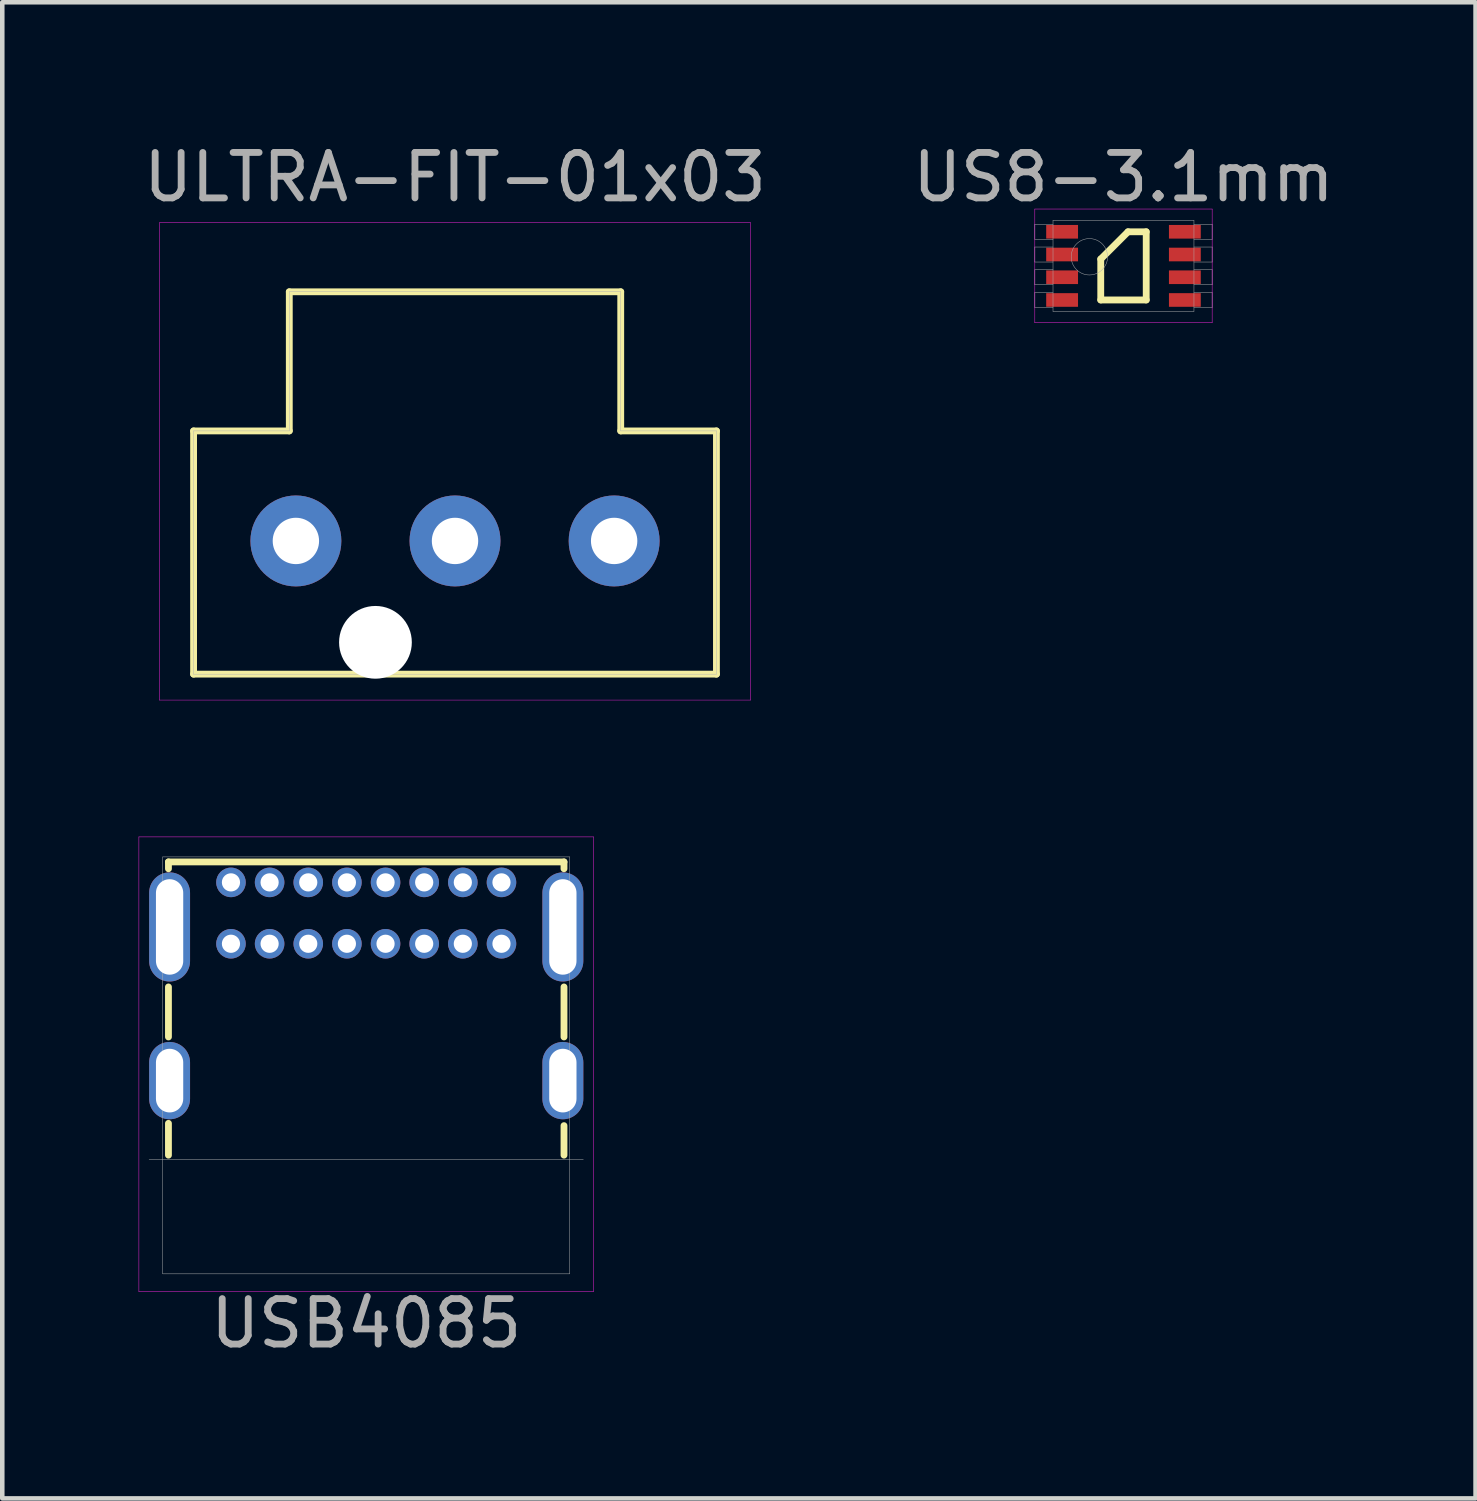
<source format=kicad_pcb>
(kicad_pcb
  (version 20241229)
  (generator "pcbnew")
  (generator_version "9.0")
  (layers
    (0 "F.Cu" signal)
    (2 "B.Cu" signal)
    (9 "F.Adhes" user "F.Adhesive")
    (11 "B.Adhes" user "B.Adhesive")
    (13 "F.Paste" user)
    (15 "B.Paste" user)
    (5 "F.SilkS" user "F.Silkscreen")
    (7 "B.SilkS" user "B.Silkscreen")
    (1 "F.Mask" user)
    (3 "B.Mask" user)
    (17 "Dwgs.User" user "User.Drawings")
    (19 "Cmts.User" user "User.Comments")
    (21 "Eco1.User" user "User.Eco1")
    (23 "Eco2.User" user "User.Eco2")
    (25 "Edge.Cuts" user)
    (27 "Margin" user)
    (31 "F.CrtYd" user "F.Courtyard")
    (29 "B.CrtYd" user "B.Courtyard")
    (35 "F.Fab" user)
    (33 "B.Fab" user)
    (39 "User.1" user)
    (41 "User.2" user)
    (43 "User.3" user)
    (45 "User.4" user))
  (footprint "ULTRA-FIT-01x03"
    (layer "F.Cu")
    (at 6.958 8.848)
    (property "Reference" "ULTRA-FIT-01x03" (at 0 -8 0) (layer "F.Fab") (effects (font (size 1 1) (thickness 0.15))))
    (attr through_hole)
    (fp_line (start -5.75 -2.42) (end -5.75 2.93) (stroke (width 0.15) (type solid)) (layer "F.SilkS"))
    (fp_line (start -5.75 2.93) (end 5.75 2.93) (stroke (width 0.15) (type solid)) (layer "F.SilkS"))
    (fp_line (start -3.645 -5.48) (end -3.645 -2.42) (stroke (width 0.15) (type solid)) (layer "F.SilkS"))
    (fp_line (start -3.645 -2.42) (end -5.75 -2.42) (stroke (width 0.15) (type solid)) (layer "F.SilkS"))
    (fp_line (start 3.645 -5.48) (end -3.645 -5.48) (stroke (width 0.15) (type solid)) (layer "F.SilkS"))
    (fp_line (start 3.645 -2.42) (end 3.645 -5.48) (stroke (width 0.15) (type solid)) (layer "F.SilkS"))
    (fp_line (start 5.75 -2.42) (end 3.645 -2.42) (stroke (width 0.15) (type solid)) (layer "F.SilkS"))
    (fp_line (start 5.75 2.93) (end 5.75 -2.42) (stroke (width 0.15) (type solid)) (layer "F.SilkS"))
    (fp_line (start -6.5 -7) (end -6.5 3.5) (stroke (width 0.01) (type solid)) (layer "F.CrtYd"))
    (fp_line (start -6.5 3.5) (end 6.5 3.5) (stroke (width 0.01) (type solid)) (layer "F.CrtYd"))
    (fp_line (start 6.5 -7) (end -6.5 -7) (stroke (width 0.01) (type solid)) (layer "F.CrtYd"))
    (fp_line (start 6.5 3.5) (end 6.5 -7) (stroke (width 0.01) (type solid)) (layer "F.CrtYd"))
    (fp_line (start -5.75 -2.42) (end -5.75 2.93) (stroke (width 0.01) (type solid)) (layer "F.Fab"))
    (fp_line (start -5.75 2.93) (end 5.75 2.93) (stroke (width 0.01) (type solid)) (layer "F.Fab"))
    (fp_line (start -3.645 -5.48) (end -3.645 -2.42) (stroke (width 0.01) (type solid)) (layer "F.Fab"))
    (fp_line (start -3.645 -2.42) (end -5.75 -2.42) (stroke (width 0.01) (type solid)) (layer "F.Fab"))
    (fp_line (start 3.645 -5.48) (end -3.645 -5.48) (stroke (width 0.01) (type solid)) (layer "F.Fab"))
    (fp_line (start 3.645 -2.42) (end 3.645 -5.48) (stroke (width 0.01) (type solid)) (layer "F.Fab"))
    (fp_line (start 5.75 -2.42) (end 3.645 -2.42) (stroke (width 0.01) (type solid)) (layer "F.Fab"))
    (fp_line (start 5.75 2.93) (end 5.75 -2.42) (stroke (width 0.01) (type solid)) (layer "F.Fab"))
    (pad "" np_thru_hole circle (at -1.75 2.23) (size 1.6 1.6) (drill 1.6) (layers "*.Cu" "*.Mask"))
    (pad "1" thru_hole circle (at -3.5 0) (size 2 2) (drill 1.02) (layers "*.Cu" "*.Mask"))
    (pad "2" thru_hole circle (at 0 0) (size 2 2) (drill 1.02) (layers "*.Cu" "*.Mask"))
    (pad "3" thru_hole circle (at 3.5 0) (size 2 2) (drill 1.02) (layers "*.Cu" "*.Mask")))
  (footprint "US8-3.1mm"
    (layer "F.Cu")
    (at 21.661 2.798)
    (property "Reference" "US8-3.1mm" (at 0 -1.95 0) (layer "F.Fab") (effects (font (size 1 1) (thickness 0.15))))
    (attr through_hole)
    (fp_line (start -0.5 -0.15) (end 0.1 -0.75) (stroke (width 0.15) (type solid)) (layer "F.SilkS"))
    (fp_line (start -0.5 0.75) (end -0.5 -0.15) (stroke (width 0.15) (type solid)) (layer "F.SilkS"))
    (fp_line (start 0.1 -0.75) (end 0.5 -0.75) (stroke (width 0.15) (type solid)) (layer "F.SilkS"))
    (fp_line (start 0.5 -0.75) (end 0.5 0.75) (stroke (width 0.15) (type solid)) (layer "F.SilkS"))
    (fp_line (start 0.5 0.75) (end -0.5 0.75) (stroke (width 0.15) (type solid)) (layer "F.SilkS"))
    (fp_line (start -1.95 -1.25) (end 1.95 -1.25) (stroke (width 0.01) (type solid)) (layer "F.CrtYd"))
    (fp_line (start -1.95 1.25) (end -1.95 -1.25) (stroke (width 0.01) (type solid)) (layer "F.CrtYd"))
    (fp_line (start 1.95 -1.25) (end 1.95 1.25) (stroke (width 0.01) (type solid)) (layer "F.CrtYd"))
    (fp_line (start 1.95 1.25) (end -1.95 1.25) (stroke (width 0.01) (type solid)) (layer "F.CrtYd"))
    (fp_line (start -1.95 -0.915) (end -1.55 -0.915) (stroke (width 0.01) (type solid)) (layer "F.Fab"))
    (fp_line (start -1.95 -0.585) (end -1.95 -0.915) (stroke (width 0.01) (type solid)) (layer "F.Fab"))
    (fp_line (start -1.95 -0.415) (end -1.55 -0.415) (stroke (width 0.01) (type solid)) (layer "F.Fab"))
    (fp_line (start -1.95 -0.085) (end -1.95 -0.415) (stroke (width 0.01) (type solid)) (layer "F.Fab"))
    (fp_line (start -1.95 0.085) (end -1.55 0.085) (stroke (width 0.01) (type solid)) (layer "F.Fab"))
    (fp_line (start -1.95 0.415) (end -1.95 0.085) (stroke (width 0.01) (type solid)) (layer "F.Fab"))
    (fp_line (start -1.95 0.585) (end -1.55 0.585) (stroke (width 0.01) (type solid)) (layer "F.Fab"))
    (fp_line (start -1.95 0.915) (end -1.95 0.585) (stroke (width 0.01) (type solid)) (layer "F.Fab"))
    (fp_line (start -1.55 -1) (end 1.55 -1) (stroke (width 0.01) (type solid)) (layer "F.Fab"))
    (fp_line (start -1.55 -0.585) (end -1.95 -0.585) (stroke (width 0.01) (type solid)) (layer "F.Fab"))
    (fp_line (start -1.55 -0.085) (end -1.95 -0.085) (stroke (width 0.01) (type solid)) (layer "F.Fab"))
    (fp_line (start -1.55 0.415) (end -1.95 0.415) (stroke (width 0.01) (type solid)) (layer "F.Fab"))
    (fp_line (start -1.55 0.915) (end -1.95 0.915) (stroke (width 0.01) (type solid)) (layer "F.Fab"))
    (fp_line (start -1.55 1) (end -1.55 -1) (stroke (width 0.01) (type solid)) (layer "F.Fab"))
    (fp_line (start 1.55 -1) (end 1.55 1) (stroke (width 0.01) (type solid)) (layer "F.Fab"))
    (fp_line (start 1.55 -0.915) (end 1.95 -0.915) (stroke (width 0.01) (type solid)) (layer "F.Fab"))
    (fp_line (start 1.55 -0.415) (end 1.95 -0.415) (stroke (width 0.01) (type solid)) (layer "F.Fab"))
    (fp_line (start 1.55 0.085) (end 1.95 0.085) (stroke (width 0.01) (type solid)) (layer "F.Fab"))
    (fp_line (start 1.55 0.585) (end 1.95 0.585) (stroke (width 0.01) (type solid)) (layer "F.Fab"))
    (fp_line (start 1.55 1) (end -1.55 1) (stroke (width 0.01) (type solid)) (layer "F.Fab"))
    (fp_line (start 1.95 -0.915) (end 1.95 -0.585) (stroke (width 0.01) (type solid)) (layer "F.Fab"))
    (fp_line (start 1.95 -0.585) (end 1.55 -0.585) (stroke (width 0.01) (type solid)) (layer "F.Fab"))
    (fp_line (start 1.95 -0.415) (end 1.95 -0.085) (stroke (width 0.01) (type solid)) (layer "F.Fab"))
    (fp_line (start 1.95 -0.085) (end 1.55 -0.085) (stroke (width 0.01) (type solid)) (layer "F.Fab"))
    (fp_line (start 1.95 0.085) (end 1.95 0.415) (stroke (width 0.01) (type solid)) (layer "F.Fab"))
    (fp_line (start 1.95 0.415) (end 1.55 0.415) (stroke (width 0.01) (type solid)) (layer "F.Fab"))
    (fp_line (start 1.95 0.585) (end 1.95 0.915) (stroke (width 0.01) (type solid)) (layer "F.Fab"))
    (fp_line (start 1.95 0.915) (end 1.55 0.915) (stroke (width 0.01) (type solid)) (layer "F.Fab"))
    (fp_circle (center -0.75 -0.2) (end -0.75 0.2) (stroke (width 0.01) (type solid)) (fill no) (layer "F.Fab"))
    (pad "1" smd rect (at -1.35 -0.75) (size 0.7 0.3) (layers "F.Cu" "F.Mask" "F.Paste"))
    (pad "2" smd rect (at -1.35 -0.25) (size 0.7 0.3) (layers "F.Cu" "F.Mask" "F.Paste"))
    (pad "3" smd rect (at -1.35 0.25) (size 0.7 0.3) (layers "F.Cu" "F.Mask" "F.Paste"))
    (pad "4" smd rect (at -1.35 0.75) (size 0.7 0.3) (layers "F.Cu" "F.Mask" "F.Paste"))
    (pad "5" smd rect (at 1.35 0.75) (size 0.7 0.3) (layers "F.Cu" "F.Mask" "F.Paste"))
    (pad "6" smd rect (at 1.35 0.25) (size 0.7 0.3) (layers "F.Cu" "F.Mask" "F.Paste"))
    (pad "7" smd rect (at 1.35 -0.25) (size 0.7 0.3) (layers "F.Cu" "F.Mask" "F.Paste"))
    (pad "8" smd rect (at 1.35 -0.75) (size 0.7 0.3) (layers "F.Cu" "F.Mask" "F.Paste")))
  (footprint "USB4085"
    (layer "F.Cu")
    (at 5.005 16.358)
    (property "Reference" "USB4085" (at 0 9.7 0) (layer "F.Fab") (effects (font (size 1 1) (thickness 0.15))))
    (attr through_hole)
    (fp_line (start -4.35 -0.45) (end -4.35 -0.3) (stroke (width 0.15) (type solid)) (layer "F.SilkS"))
    (fp_line (start -4.35 -0.45) (end 4.35 -0.45) (stroke (width 0.15) (type solid)) (layer "F.SilkS"))
    (fp_line (start -4.35 2.3) (end -4.35 3.4) (stroke (width 0.15) (type solid)) (layer "F.SilkS"))
    (fp_line (start -4.35 5.3) (end -4.35 6) (stroke (width 0.15) (type solid)) (layer "F.SilkS"))
    (fp_line (start 4.35 -0.45) (end 4.35 -0.3) (stroke (width 0.15) (type solid)) (layer "F.SilkS"))
    (fp_line (start 4.35 2.3) (end 4.35 3.4) (stroke (width 0.15) (type solid)) (layer "F.SilkS"))
    (fp_line (start 4.35 5.35) (end 4.35 6) (stroke (width 0.15) (type solid)) (layer "F.SilkS"))
    (fp_line (start -5 -1) (end -5 9) (stroke (width 0.01) (type solid)) (layer "F.CrtYd"))
    (fp_line (start -5 9) (end 5 9) (stroke (width 0.01) (type solid)) (layer "F.CrtYd"))
    (fp_line (start 5 -1) (end -5 -1) (stroke (width 0.01) (type solid)) (layer "F.CrtYd"))
    (fp_line (start 5 9) (end 5 -1) (stroke (width 0.01) (type solid)) (layer "F.CrtYd"))
    (fp_line (start -4.775 6.1) (end 4.775 6.1) (stroke (width 0.01) (type solid)) (layer "F.Fab"))
    (fp_line (start -4.475 -0.56) (end -4.475 8.61) (stroke (width 0.01) (type solid)) (layer "F.Fab"))
    (fp_line (start -4.475 -0.56) (end 4.475 -0.56) (stroke (width 0.01) (type solid)) (layer "F.Fab"))
    (fp_line (start -4.475 8.61) (end 4.475 8.61) (stroke (width 0.01) (type solid)) (layer "F.Fab"))
    (fp_line (start 4.475 8.61) (end 4.475 -0.56) (stroke (width 0.01) (type solid)) (layer "F.Fab"))
    (pad "" np_thru_hole oval (at -4.325 0.98) (size 0.9 2.4) (drill oval 0.6 2.1) (layers "*.Cu" "*.Mask"))
    (pad "" np_thru_hole oval (at -4.325 4.36) (size 0.9 1.7) (drill oval 0.6 1.4) (layers "*.Cu" "*.Mask"))
    (pad "" np_thru_hole oval (at 4.325 0.98) (size 0.9 2.4) (drill oval 0.6 2.1) (layers "*.Cu" "*.Mask"))
    (pad "" np_thru_hole oval (at 4.325 4.36) (size 0.9 1.7) (drill oval 0.6 1.4) (layers "*.Cu" "*.Mask"))
    (pad "A1" thru_hole circle (at -2.975 0) (size 0.65 0.65) (drill 0.4) (layers "*.Cu" "*.Mask"))
    (pad "A4" thru_hole circle (at -2.125 0) (size 0.65 0.65) (drill 0.4) (layers "*.Cu" "*.Mask"))
    (pad "A5" thru_hole circle (at -1.275 0) (size 0.65 0.65) (drill 0.4) (layers "*.Cu" "*.Mask"))
    (pad "A6" thru_hole circle (at -0.425 0) (size 0.65 0.65) (drill 0.4) (layers "*.Cu" "*.Mask"))
    (pad "A7" thru_hole circle (at 0.425 0) (size 0.65 0.65) (drill 0.4) (layers "*.Cu" "*.Mask"))
    (pad "A8" thru_hole circle (at 1.275 0) (size 0.65 0.65) (drill 0.4) (layers "*.Cu" "*.Mask"))
    (pad "A9" thru_hole circle (at 2.125 0) (size 0.65 0.65) (drill 0.4) (layers "*.Cu" "*.Mask"))
    (pad "A12" thru_hole circle (at 2.975 0) (size 0.65 0.65) (drill 0.4) (layers "*.Cu" "*.Mask"))
    (pad "B1" thru_hole circle (at 2.975 1.35) (size 0.65 0.65) (drill 0.4) (layers "*.Cu" "*.Mask"))
    (pad "B4" thru_hole circle (at 2.125 1.35) (size 0.65 0.65) (drill 0.4) (layers "*.Cu" "*.Mask"))
    (pad "B5" thru_hole circle (at 1.275 1.35) (size 0.65 0.65) (drill 0.4) (layers "*.Cu" "*.Mask"))
    (pad "B6" thru_hole circle (at 0.425 1.35) (size 0.65 0.65) (drill 0.4) (layers "*.Cu" "*.Mask"))
    (pad "B7" thru_hole circle (at -0.425 1.35) (size 0.65 0.65) (drill 0.4) (layers "*.Cu" "*.Mask"))
    (pad "B8" thru_hole circle (at -1.275 1.35) (size 0.65 0.65) (drill 0.4) (layers "*.Cu" "*.Mask"))
    (pad "B9" thru_hole circle (at -2.125 1.35) (size 0.65 0.65) (drill 0.4) (layers "*.Cu" "*.Mask"))
    (pad "B12" thru_hole circle (at -2.975 1.35) (size 0.65 0.65) (drill 0.4) (layers "*.Cu" "*.Mask")))
  (gr_rect
    (start -3 -3)
    (end 29.405 29.907)
    (stroke (width 0.1) (type default))
    (fill no)
    (layer "Edge.Cuts")))
</source>
